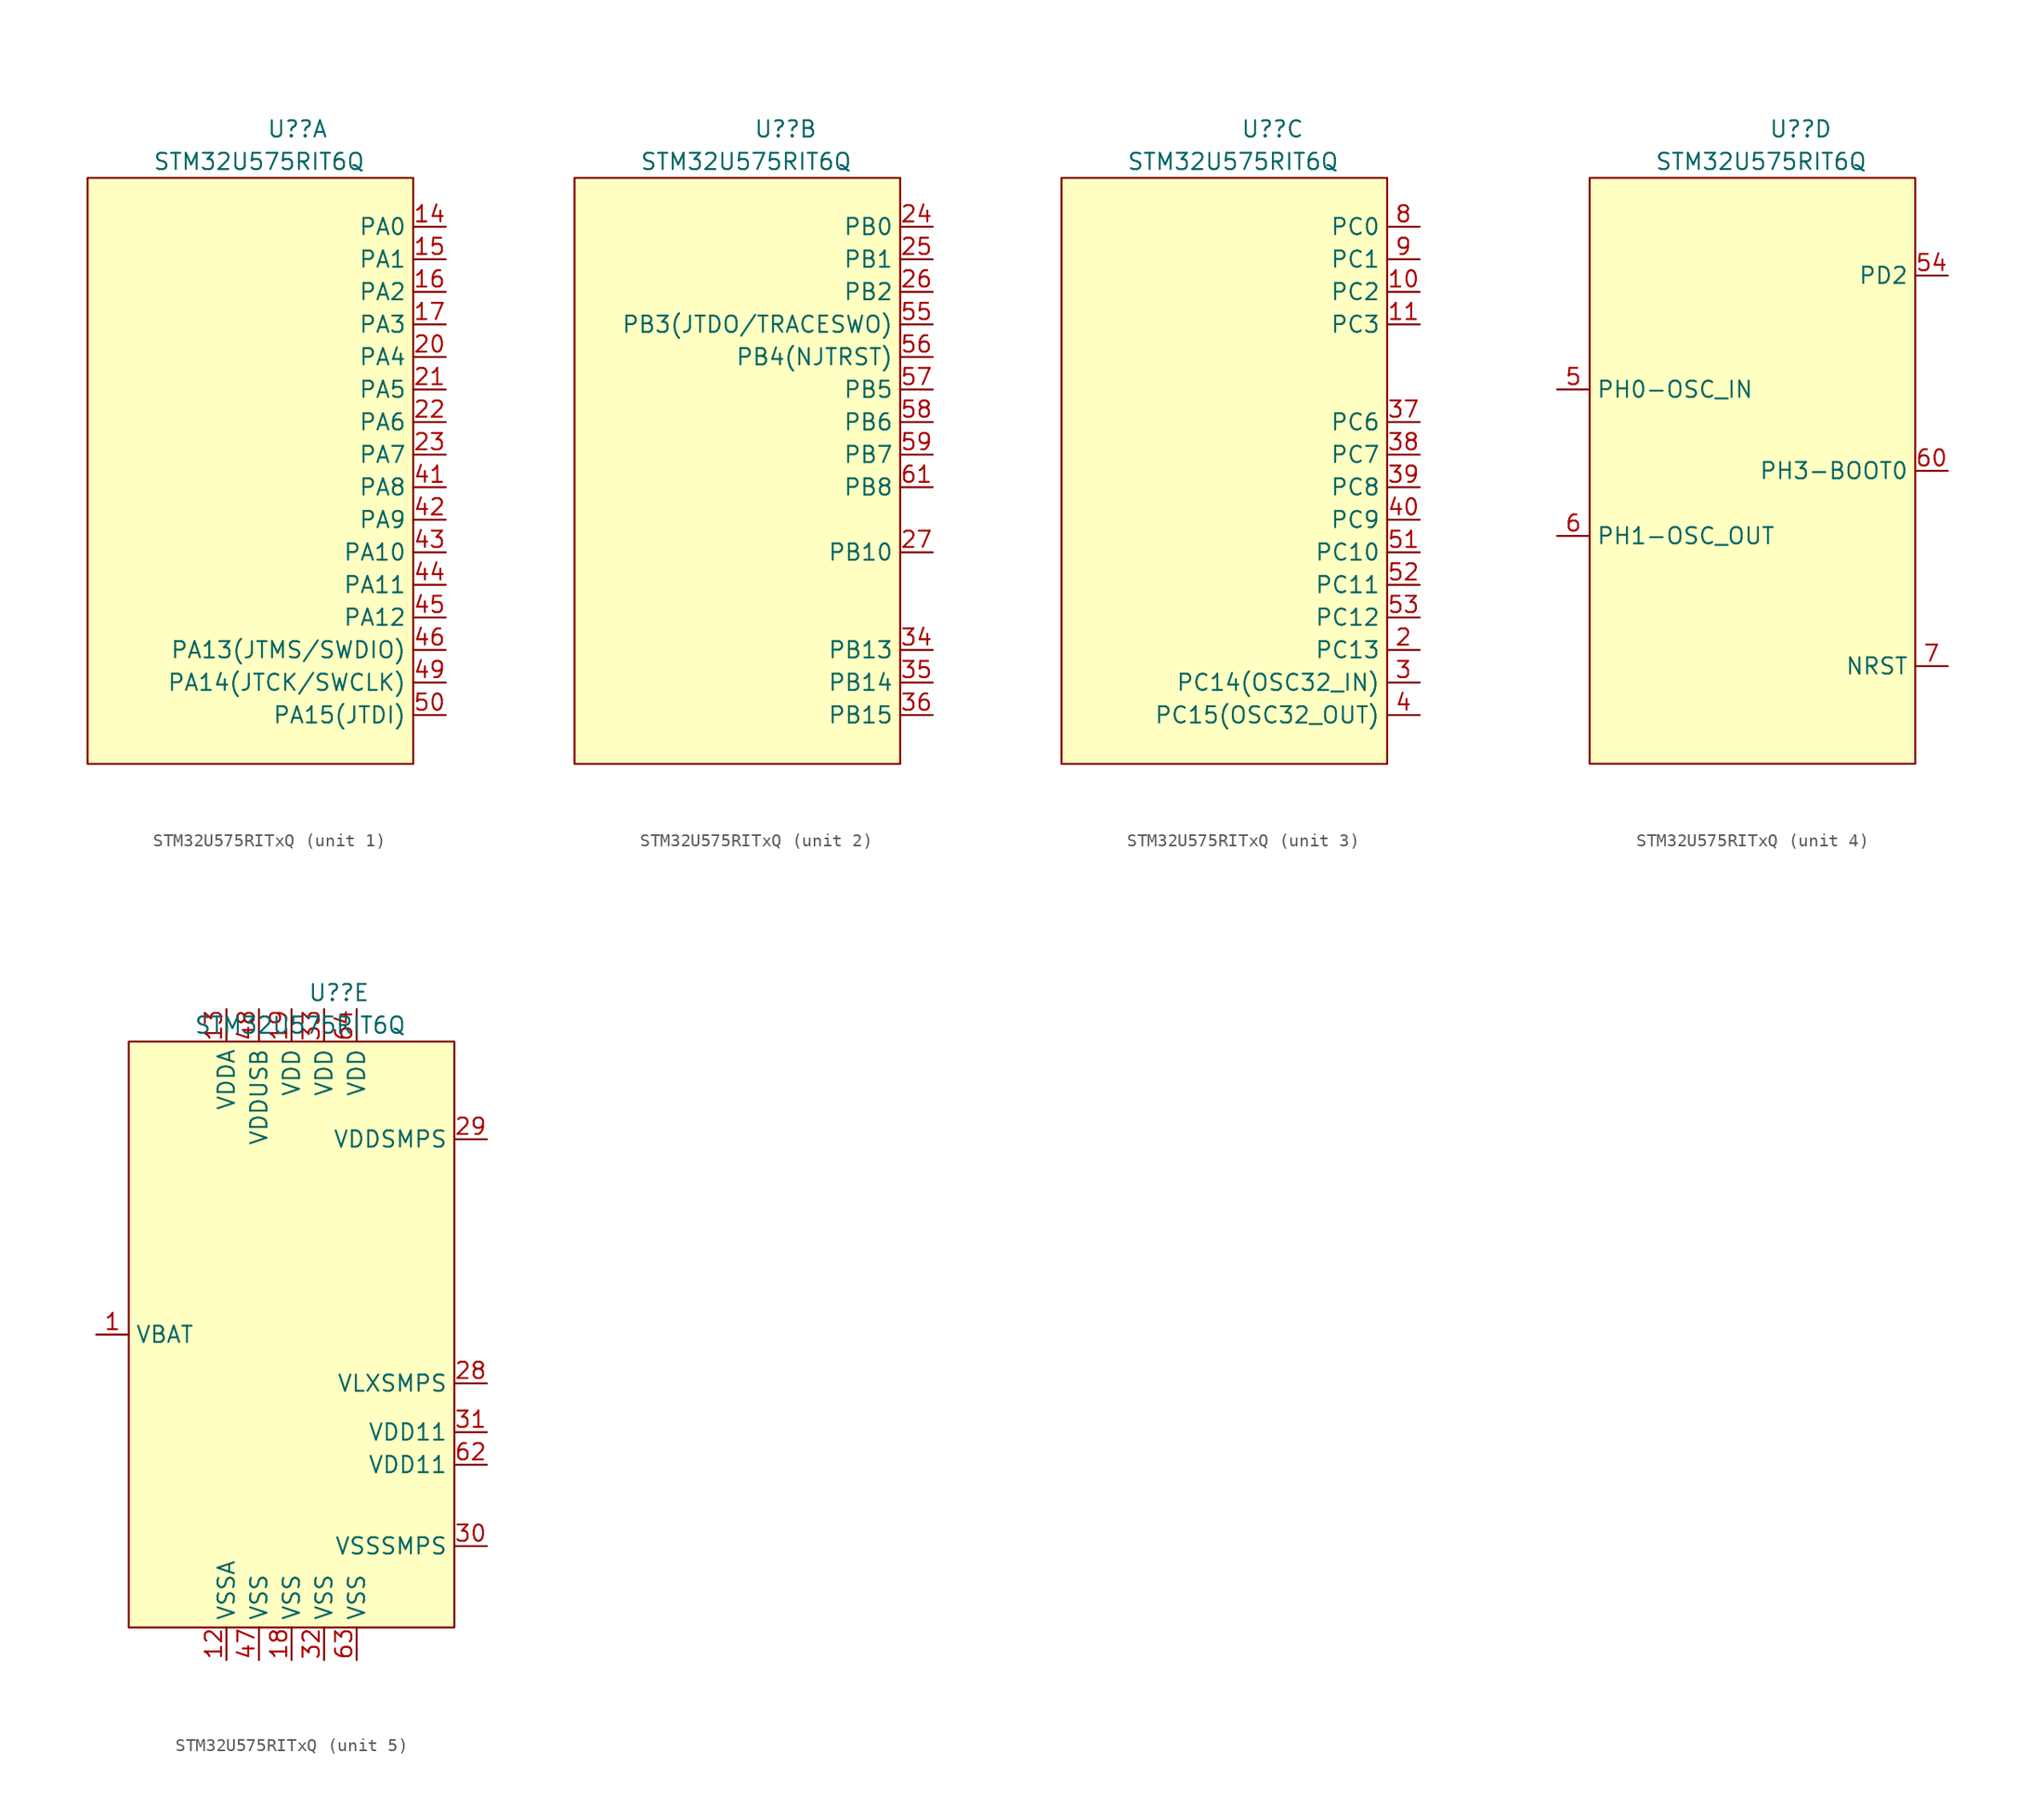
<source format=kicad_sym>
(kicad_symbol_lib
  (version 20220914)
  (generator kicad_symbol_editor)
  (symbol "STM32U575RITxQ"
    (property "Reference" "U?"
      (at 1.27 26.67 0)
      (effects (font (size 1.27 1.27)) (justify left)))
    (property "Value" "STM32U575RIT6Q"
      (at -7.62 24.13 0)
      (effects (font (size 1.27 1.27)) (justify left)))
    (property "ki_locked" ""
      (at 0 0 0)
      (effects (font (size 1.27 1.27))))
    (symbol "STM32U575RITxQ_0_1"
      (rectangle (start -12.7 22.86) (end 12.7 -22.86) (stroke (width 0) (type default)) (fill (type background))))
    (symbol "STM32U575RITxQ_1_1"
      (pin bidirectional line (at 15.24 19.05 180) (length 2.54) (name "PA0" (effects (font (size 1.27 1.27)))) (number "14" (effects (font (size 1.27 1.27)))) (alternate "ADC1_IN5" bidirectional line) (alternate "AUDIOCLK" bidirectional line) (alternate "OCTOSPIM_P2_NCS" bidirectional line) (alternate "OPAMP1_VINP" bidirectional line) (alternate "PWR_WKUP1" bidirectional line) (alternate "SPI3_RDY" bidirectional line) (alternate "TAMP_IN2" bidirectional line) (alternate "TAMP_OUT1" bidirectional line) (alternate "TIM2_CH1" bidirectional line) (alternate "TIM2_ETR" bidirectional line) (alternate "TIM5_CH1" bidirectional line) (alternate "TIM8_ETR" bidirectional line) (alternate "UART4_TX" bidirectional line) (alternate "USART2_CTS" bidirectional line))
      (pin bidirectional line (at 15.24 16.51 180) (length 2.54) (name "PA1" (effects (font (size 1.27 1.27)))) (number "15" (effects (font (size 1.27 1.27)))) (alternate "ADC1_IN6" bidirectional line) (alternate "I2C1_SMBA" bidirectional line) (alternate "LPTIM1_CH2" bidirectional line) (alternate "OCTOSPIM_P1_DQS" bidirectional line) (alternate "OPAMP1_VINM" bidirectional line) (alternate "PWR_WKUP3" bidirectional line) (alternate "SPI1_SCK" bidirectional line) (alternate "TAMP_IN5" bidirectional line) (alternate "TAMP_OUT4" bidirectional line) (alternate "TIM15_CH1N" bidirectional line) (alternate "TIM2_CH2" bidirectional line) (alternate "TIM5_CH2" bidirectional line) (alternate "UART4_RX" bidirectional line) (alternate "USART2_DE" bidirectional line) (alternate "USART2_RTS" bidirectional line))
      (pin bidirectional line (at 15.24 13.97 180) (length 2.54) (name "PA2" (effects (font (size 1.27 1.27)))) (number "16" (effects (font (size 1.27 1.27)))) (alternate "ADC1_IN7" bidirectional line) (alternate "COMP1_INP" bidirectional line) (alternate "LPUART1_TX" bidirectional line) (alternate "OCTOSPIM_P1_NCS" bidirectional line) (alternate "PWR_WKUP4" bidirectional line) (alternate "RCC_LSCO" bidirectional line) (alternate "SPI1_RDY" bidirectional line) (alternate "TIM15_CH1" bidirectional line) (alternate "TIM2_CH3" bidirectional line) (alternate "TIM5_CH3" bidirectional line) (alternate "UCPD1_FRSTX1" bidirectional line) (alternate "USART2_TX" bidirectional line))
      (pin bidirectional line (at 15.24 11.43 180) (length 2.54) (name "PA3" (effects (font (size 1.27 1.27)))) (number "17" (effects (font (size 1.27 1.27)))) (alternate "ADC1_IN8" bidirectional line) (alternate "LPUART1_RX" bidirectional line) (alternate "OCTOSPIM_P1_CLK" bidirectional line) (alternate "OPAMP1_VOUT" bidirectional line) (alternate "PWR_WKUP5" bidirectional line) (alternate "SAI1_CK1" bidirectional line) (alternate "SAI1_MCLK_A" bidirectional line) (alternate "TIM15_CH2" bidirectional line) (alternate "TIM2_CH4" bidirectional line) (alternate "TIM5_CH4" bidirectional line) (alternate "USART2_RX" bidirectional line))
      (pin bidirectional line (at 15.24 8.89 180) (length 2.54) (name "PA4" (effects (font (size 1.27 1.27)))) (number "20" (effects (font (size 1.27 1.27)))) (alternate "ADC1_IN9" bidirectional line) (alternate "ADC4_IN9" bidirectional line) (alternate "DAC1_OUT1" bidirectional line) (alternate "LPTIM2_CH1" bidirectional line) (alternate "OCTOSPIM_P1_NCS" bidirectional line) (alternate "PWR_WKUP2" bidirectional line) (alternate "SAI1_FS_B" bidirectional line) (alternate "SPI1_NSS" bidirectional line) (alternate "SPI3_NSS" bidirectional line) (alternate "USART2_CK" bidirectional line))
      (pin bidirectional line (at 15.24 6.35 180) (length 2.54) (name "PA5" (effects (font (size 1.27 1.27)))) (number "21" (effects (font (size 1.27 1.27)))) (alternate "ADC1_IN10" bidirectional line) (alternate "ADC4_IN10" bidirectional line) (alternate "DAC1_OUT2" bidirectional line) (alternate "LPTIM2_ETR" bidirectional line) (alternate "PWR_CSLEEP" bidirectional line) (alternate "PWR_WKUP6" bidirectional line) (alternate "SPI1_SCK" bidirectional line) (alternate "TIM2_CH1" bidirectional line) (alternate "TIM2_ETR" bidirectional line) (alternate "TIM8_CH1N" bidirectional line) (alternate "USART3_RX" bidirectional line))
      (pin bidirectional line (at 15.24 3.81 180) (length 2.54) (name "PA6" (effects (font (size 1.27 1.27)))) (number "22" (effects (font (size 1.27 1.27)))) (alternate "ADC1_IN11" bidirectional line) (alternate "ADC4_IN11" bidirectional line) (alternate "LPUART1_CTS" bidirectional line) (alternate "OCTOSPIM_P1_IO3" bidirectional line) (alternate "OPAMP2_VINP" bidirectional line) (alternate "PWR_CDSTOP" bidirectional line) (alternate "PWR_WKUP7" bidirectional line) (alternate "SPI1_MISO" bidirectional line) (alternate "TIM16_CH1" bidirectional line) (alternate "TIM1_BKIN" bidirectional line) (alternate "TIM3_CH1" bidirectional line) (alternate "TIM8_BKIN" bidirectional line) (alternate "USART3_CTS" bidirectional line))
      (pin bidirectional line (at 15.24 1.27 180) (length 2.54) (name "PA7" (effects (font (size 1.27 1.27)))) (number "23" (effects (font (size 1.27 1.27)))) (alternate "ADC1_IN12" bidirectional line) (alternate "ADC4_IN20" bidirectional line) (alternate "I2C3_SCL" bidirectional line) (alternate "LPTIM2_CH2" bidirectional line) (alternate "OCTOSPIM_P1_IO2" bidirectional line) (alternate "OPAMP2_VINM" bidirectional line) (alternate "PWR_SRDSTOP" bidirectional line) (alternate "PWR_WKUP8" bidirectional line) (alternate "SPI1_MOSI" bidirectional line) (alternate "TIM17_CH1" bidirectional line) (alternate "TIM1_CH1N" bidirectional line) (alternate "TIM3_CH2" bidirectional line) (alternate "TIM8_CH1N" bidirectional line) (alternate "USART3_TX" bidirectional line))
      (pin bidirectional line (at 15.24 -1.27 180) (length 2.54) (name "PA8" (effects (font (size 1.27 1.27)))) (number "41" (effects (font (size 1.27 1.27)))) (alternate "DEBUG_TRACECLK" bidirectional line) (alternate "LPTIM2_CH1" bidirectional line) (alternate "RCC_MCO" bidirectional line) (alternate "SAI1_CK2" bidirectional line) (alternate "SAI1_SCK_A" bidirectional line) (alternate "SPI1_RDY" bidirectional line) (alternate "TIM1_CH1" bidirectional line) (alternate "USART1_CK" bidirectional line) (alternate "USB_OTG_FS_SOF" bidirectional line))
      (pin bidirectional line (at 15.24 -3.81 180) (length 2.54) (name "PA9" (effects (font (size 1.27 1.27)))) (number "42" (effects (font (size 1.27 1.27)))) (alternate "DAC1_EXTI9" bidirectional line) (alternate "SAI1_FS_A" bidirectional line) (alternate "SPI2_SCK" bidirectional line) (alternate "TIM15_BKIN" bidirectional line) (alternate "TIM1_CH2" bidirectional line) (alternate "USART1_TX" bidirectional line) (alternate "USB_OTG_FS_VBUS" bidirectional line))
      (pin bidirectional line (at 15.24 -6.35 180) (length 2.54) (name "PA10" (effects (font (size 1.27 1.27)))) (number "43" (effects (font (size 1.27 1.27)))) (alternate "CRS_SYNC" bidirectional line) (alternate "LPTIM2_IN2" bidirectional line) (alternate "SAI1_D1" bidirectional line) (alternate "SAI1_SD_A" bidirectional line) (alternate "TIM17_BKIN" bidirectional line) (alternate "TIM1_CH3" bidirectional line) (alternate "USART1_RX" bidirectional line) (alternate "USB_OTG_FS_ID" bidirectional line))
      (pin bidirectional line (at 15.24 -8.89 180) (length 2.54) (name "PA11" (effects (font (size 1.27 1.27)))) (number "44" (effects (font (size 1.27 1.27)))) (alternate "ADC1_EXTI11" bidirectional line) (alternate "FDCAN1_RX" bidirectional line) (alternate "SPI1_MISO" bidirectional line) (alternate "TIM1_BKIN2" bidirectional line) (alternate "TIM1_CH4" bidirectional line) (alternate "USART1_CTS" bidirectional line) (alternate "USB_OTG_FS_DM" bidirectional line))
      (pin bidirectional line (at 15.24 -11.43 180) (length 2.54) (name "PA12" (effects (font (size 1.27 1.27)))) (number "45" (effects (font (size 1.27 1.27)))) (alternate "FDCAN1_TX" bidirectional line) (alternate "OCTOSPIM_P2_NCS" bidirectional line) (alternate "SPI1_MOSI" bidirectional line) (alternate "TIM1_ETR" bidirectional line) (alternate "USART1_DE" bidirectional line) (alternate "USART1_RTS" bidirectional line) (alternate "USB_OTG_FS_DP" bidirectional line))
      (pin bidirectional line (at 15.24 -13.97 180) (length 2.54) (name "PA13(JTMS/SWDIO)" (effects (font (size 1.27 1.27)))) (number "46" (effects (font (size 1.27 1.27)))) (alternate "DEBUG_JTMS-SWDIO" bidirectional line) (alternate "IR_OUT" bidirectional line) (alternate "SAI1_SD_B" bidirectional line) (alternate "USB_OTG_FS_NOE" bidirectional line))
      (pin bidirectional line (at 15.24 -16.51 180) (length 2.54) (name "PA14(JTCK/SWCLK)" (effects (font (size 1.27 1.27)))) (number "49" (effects (font (size 1.27 1.27)))) (alternate "DEBUG_JTCK-SWCLK" bidirectional line) (alternate "I2C1_SMBA" bidirectional line) (alternate "I2C4_SMBA" bidirectional line) (alternate "LPTIM1_CH1" bidirectional line) (alternate "SAI1_FS_B" bidirectional line) (alternate "USB_OTG_FS_SOF" bidirectional line))
      (pin bidirectional line (at 15.24 -19.05 180) (length 2.54) (name "PA15(JTDI)" (effects (font (size 1.27 1.27)))) (number "50" (effects (font (size 1.27 1.27)))) (alternate "ADC1_EXTI15" bidirectional line) (alternate "ADC4_EXTI15" bidirectional line) (alternate "DEBUG_JTDI" bidirectional line) (alternate "SPI1_NSS" bidirectional line) (alternate "SPI3_NSS" bidirectional line) (alternate "TIM2_CH1" bidirectional line) (alternate "TIM2_ETR" bidirectional line) (alternate "UART4_DE" bidirectional line) (alternate "UART4_RTS" bidirectional line) (alternate "UCPD1_CC1" bidirectional line) (alternate "USART2_RX" bidirectional line) (alternate "USART3_DE" bidirectional line) (alternate "USART3_RTS" bidirectional line)))
    (symbol "STM32U575RITxQ_2_0"
      (pin bidirectional line (at 15.24 13.97 180) (length 2.54) (name "PB2" (effects (font (size 1.27 1.27)))) (number "26" (effects (font (size 1.27 1.27)))))
      (pin bidirectional line (at 15.24 -6.35 180) (length 2.54) (name "PB10" (effects (font (size 1.27 1.27)))) (number "27" (effects (font (size 1.27 1.27))))))
    (symbol "STM32U575RITxQ_2_1"
      (pin bidirectional line (at 15.24 19.05 180) (length 2.54) (name "PB0" (effects (font (size 1.27 1.27)))) (number "24" (effects (font (size 1.27 1.27)))) (alternate "ADC1_IN15" bidirectional line) (alternate "ADC4_IN18" bidirectional line) (alternate "AUDIOCLK" bidirectional line) (alternate "COMP1_OUT" bidirectional line) (alternate "LPTIM3_CH1" bidirectional line) (alternate "OCTOSPIM_P1_IO1" bidirectional line) (alternate "OPAMP2_VOUT" bidirectional line) (alternate "SPI1_NSS" bidirectional line) (alternate "TIM1_CH2N" bidirectional line) (alternate "TIM3_CH3" bidirectional line) (alternate "TIM8_CH2N" bidirectional line) (alternate "USART3_CK" bidirectional line))
      (pin bidirectional line (at 15.24 16.51 180) (length 2.54) (name "PB1" (effects (font (size 1.27 1.27)))) (number "25" (effects (font (size 1.27 1.27)))) (alternate "ADC1_IN16" bidirectional line) (alternate "ADC4_IN19" bidirectional line) (alternate "COMP1_INM" bidirectional line) (alternate "LPTIM2_IN1" bidirectional line) (alternate "LPTIM3_CH2" bidirectional line) (alternate "LPUART1_DE" bidirectional line) (alternate "LPUART1_RTS" bidirectional line) (alternate "MDF1_SDI0" bidirectional line) (alternate "OCTOSPIM_P1_IO0" bidirectional line) (alternate "PWR_WKUP4" bidirectional line) (alternate "TIM1_CH3N" bidirectional line) (alternate "TIM3_CH4" bidirectional line) (alternate "TIM8_CH3N" bidirectional line) (alternate "USART3_DE" bidirectional line) (alternate "USART3_RTS" bidirectional line))
      (pin bidirectional line (at 15.24 -13.97 180) (length 2.54) (name "PB13" (effects (font (size 1.27 1.27)))) (number "34" (effects (font (size 1.27 1.27)))) (alternate "I2C2_SCL" bidirectional line) (alternate "LPTIM3_IN1" bidirectional line) (alternate "LPUART1_CTS" bidirectional line) (alternate "MDF1_CKI1" bidirectional line) (alternate "SPI2_SCK" bidirectional line) (alternate "TIM15_CH1N" bidirectional line) (alternate "TIM1_CH1N" bidirectional line) (alternate "TSC_G1_IO2" bidirectional line) (alternate "USART3_CTS" bidirectional line))
      (pin bidirectional line (at 15.24 -16.51 180) (length 2.54) (name "PB14" (effects (font (size 1.27 1.27)))) (number "35" (effects (font (size 1.27 1.27)))) (alternate "I2C2_SDA" bidirectional line) (alternate "LPTIM3_ETR" bidirectional line) (alternate "MDF1_SDI2" bidirectional line) (alternate "SPI2_MISO" bidirectional line) (alternate "TIM15_CH1" bidirectional line) (alternate "TIM1_CH2N" bidirectional line) (alternate "TIM8_CH2N" bidirectional line) (alternate "TSC_G1_IO3" bidirectional line) (alternate "UCPD1_DBCC2" bidirectional line) (alternate "USART3_DE" bidirectional line) (alternate "USART3_RTS" bidirectional line))
      (pin bidirectional line (at 15.24 -19.05 180) (length 2.54) (name "PB15" (effects (font (size 1.27 1.27)))) (number "36" (effects (font (size 1.27 1.27)))) (alternate "ADC1_EXTI15" bidirectional line) (alternate "ADC4_EXTI15" bidirectional line) (alternate "LPTIM2_IN2" bidirectional line) (alternate "MDF1_CKI2" bidirectional line) (alternate "PWR_WKUP7" bidirectional line) (alternate "RTC_REFIN" bidirectional line) (alternate "SPI2_MOSI" bidirectional line) (alternate "TIM15_CH2" bidirectional line) (alternate "TIM1_CH3N" bidirectional line) (alternate "TIM8_CH3N" bidirectional line) (alternate "UCPD1_CC2" bidirectional line))
      (pin bidirectional line (at 15.24 11.43 180) (length 2.54) (name "PB3(JTDO/TRACESWO)" (effects (font (size 1.27 1.27)))) (number "55" (effects (font (size 1.27 1.27)))) (alternate "ADF1_CCK0" bidirectional line) (alternate "COMP2_INM" bidirectional line) (alternate "CRS_SYNC" bidirectional line) (alternate "DEBUG_JTDO-SWO" bidirectional line) (alternate "I2C1_SDA" bidirectional line) (alternate "LPTIM1_CH1" bidirectional line) (alternate "SAI1_SCK_B" bidirectional line) (alternate "SPI1_SCK" bidirectional line) (alternate "SPI3_SCK" bidirectional line) (alternate "TIM2_CH2" bidirectional line) (alternate "USART1_DE" bidirectional line) (alternate "USART1_RTS" bidirectional line))
      (pin bidirectional line (at 15.24 8.89 180) (length 2.54) (name "PB4(NJTRST)" (effects (font (size 1.27 1.27)))) (number "56" (effects (font (size 1.27 1.27)))) (alternate "ADF1_SDI0" bidirectional line) (alternate "COMP2_INP" bidirectional line) (alternate "DEBUG_JTRST" bidirectional line) (alternate "I2C3_SDA" bidirectional line) (alternate "LPTIM1_CH2" bidirectional line) (alternate "SAI1_MCLK_B" bidirectional line) (alternate "SPI1_MISO" bidirectional line) (alternate "SPI3_MISO" bidirectional line) (alternate "TIM17_BKIN" bidirectional line) (alternate "TIM3_CH1" bidirectional line) (alternate "TSC_G2_IO1" bidirectional line) (alternate "USART1_CTS" bidirectional line))
      (pin bidirectional line (at 15.24 6.35 180) (length 2.54) (name "PB5" (effects (font (size 1.27 1.27)))) (number "57" (effects (font (size 1.27 1.27)))) (alternate "COMP2_OUT" bidirectional line) (alternate "I2C1_SMBA" bidirectional line) (alternate "LPTIM1_IN1" bidirectional line) (alternate "OCTOSPIM_P1_NCLK" bidirectional line) (alternate "PWR_WKUP6" bidirectional line) (alternate "SAI1_SD_B" bidirectional line) (alternate "SPI1_MOSI" bidirectional line) (alternate "SPI3_MOSI" bidirectional line) (alternate "TIM16_BKIN" bidirectional line) (alternate "TIM3_CH2" bidirectional line) (alternate "TSC_G2_IO2" bidirectional line) (alternate "UCPD1_DBCC1" bidirectional line) (alternate "USART1_CK" bidirectional line))
      (pin bidirectional line (at 15.24 3.81 180) (length 2.54) (name "PB6" (effects (font (size 1.27 1.27)))) (number "58" (effects (font (size 1.27 1.27)))) (alternate "COMP2_INP" bidirectional line) (alternate "I2C1_SCL" bidirectional line) (alternate "I2C4_SCL" bidirectional line) (alternate "LPTIM1_ETR" bidirectional line) (alternate "MDF1_SDI5" bidirectional line) (alternate "PWR_WKUP3" bidirectional line) (alternate "SAI1_FS_B" bidirectional line) (alternate "TIM16_CH1N" bidirectional line) (alternate "TIM4_CH1" bidirectional line) (alternate "TIM8_BKIN2" bidirectional line) (alternate "TSC_G2_IO3" bidirectional line) (alternate "USART1_TX" bidirectional line))
      (pin bidirectional line (at 15.24 1.27 180) (length 2.54) (name "PB7" (effects (font (size 1.27 1.27)))) (number "59" (effects (font (size 1.27 1.27)))) (alternate "COMP2_INM" bidirectional line) (alternate "I2C1_SDA" bidirectional line) (alternate "I2C4_SDA" bidirectional line) (alternate "LPTIM1_IN2" bidirectional line) (alternate "MDF1_CKI5" bidirectional line) (alternate "PWR_PVD_IN" bidirectional line) (alternate "PWR_WKUP4" bidirectional line) (alternate "TIM17_CH1N" bidirectional line) (alternate "TIM4_CH2" bidirectional line) (alternate "TIM8_BKIN" bidirectional line) (alternate "TSC_G2_IO4" bidirectional line) (alternate "UART4_CTS" bidirectional line) (alternate "USART1_RX" bidirectional line))
      (pin bidirectional line (at 15.24 -1.27 180) (length 2.54) (name "PB8" (effects (font (size 1.27 1.27)))) (number "61" (effects (font (size 1.27 1.27)))) (alternate "FDCAN1_RX" bidirectional line) (alternate "I2C1_SCL" bidirectional line) (alternate "MDF1_CCK0" bidirectional line) (alternate "PWR_WKUP5" bidirectional line) (alternate "SAI1_CK1" bidirectional line) (alternate "SAI1_MCLK_A" bidirectional line) (alternate "SPI3_RDY" bidirectional line) (alternate "TIM16_CH1" bidirectional line) (alternate "TIM4_CH3" bidirectional line)))
    (symbol "STM32U575RITxQ_3_0"
      (pin bidirectional line (at 15.24 13.97 180) (length 2.54) (name "PC2" (effects (font (size 1.27 1.27)))) (number "10" (effects (font (size 1.27 1.27)))))
      (pin bidirectional line (at 15.24 11.43 180) (length 2.54) (name "PC3" (effects (font (size 1.27 1.27)))) (number "11" (effects (font (size 1.27 1.27)))))
      (pin bidirectional line (at 15.24 3.81 180) (length 2.54) (name "PC6" (effects (font (size 1.27 1.27)))) (number "37" (effects (font (size 1.27 1.27)))))
      (pin bidirectional line (at 15.24 1.27 180) (length 2.54) (name "PC7" (effects (font (size 1.27 1.27)))) (number "38" (effects (font (size 1.27 1.27)))))
      (pin bidirectional line (at 15.24 -1.27 180) (length 2.54) (name "PC8" (effects (font (size 1.27 1.27)))) (number "39" (effects (font (size 1.27 1.27)))))
      (pin bidirectional line (at 15.24 -3.81 180) (length 2.54) (name "PC9" (effects (font (size 1.27 1.27)))) (number "40" (effects (font (size 1.27 1.27)))))
      (pin bidirectional line (at 15.24 -6.35 180) (length 2.54) (name "PC10" (effects (font (size 1.27 1.27)))) (number "51" (effects (font (size 1.27 1.27)))))
      (pin bidirectional line (at 15.24 -8.89 180) (length 2.54) (name "PC11" (effects (font (size 1.27 1.27)))) (number "52" (effects (font (size 1.27 1.27)))))
      (pin bidirectional line (at 15.24 -11.43 180) (length 2.54) (name "PC12" (effects (font (size 1.27 1.27)))) (number "53" (effects (font (size 1.27 1.27)))))
      (pin bidirectional line (at 15.24 19.05 180) (length 2.54) (name "PC0" (effects (font (size 1.27 1.27)))) (number "8" (effects (font (size 1.27 1.27)))))
      (pin bidirectional line (at 15.24 16.51 180) (length 2.54) (name "PC1" (effects (font (size 1.27 1.27)))) (number "9" (effects (font (size 1.27 1.27))))))
    (symbol "STM32U575RITxQ_3_1"
      (pin bidirectional line (at 15.24 -13.97 180) (length 2.54) (name "PC13" (effects (font (size 1.27 1.27)))) (number "2" (effects (font (size 1.27 1.27)))) (alternate "PWR_WKUP2" bidirectional line) (alternate "RTC_OUT1" bidirectional line) (alternate "RTC_TS" bidirectional line) (alternate "TAMP_IN1" bidirectional line) (alternate "TAMP_OUT2" bidirectional line))
      (pin bidirectional line (at 15.24 -16.51 180) (length 2.54) (name "PC14(OSC32_IN)" (effects (font (size 1.27 1.27)))) (number "3" (effects (font (size 1.27 1.27)))) (alternate "RCC_OSC32_IN" bidirectional line))
      (pin bidirectional line (at 15.24 -19.05 180) (length 2.54) (name "PC15(OSC32_OUT)" (effects (font (size 1.27 1.27)))) (number "4" (effects (font (size 1.27 1.27)))) (alternate "ADC1_EXTI15" bidirectional line) (alternate "ADC4_EXTI15" bidirectional line) (alternate "RCC_OSC32_OUT" bidirectional line)))
    (symbol "STM32U575RITxQ_4_0"
      (pin bidirectional line (at 15.24 15.24 180) (length 2.54) (name "PD2" (effects (font (size 1.27 1.27)))) (number "54" (effects (font (size 1.27 1.27))))))
    (symbol "STM32U575RITxQ_4_1"
      (pin bidirectional line (at -15.24 6.35 0) (length 2.54) (name "PH0-OSC_IN" (effects (font (size 1.27 1.27)))) (number "5" (effects (font (size 1.27 1.27)))) (alternate "RCC_OSC_IN" bidirectional line))
      (pin bidirectional line (at -15.24 -5.08 0) (length 2.54) (name "PH1-OSC_OUT" (effects (font (size 1.27 1.27)))) (number "6" (effects (font (size 1.27 1.27)))) (alternate "RCC_OSC_OUT" bidirectional line))
      (pin bidirectional line (at 15.24 0 180) (length 2.54) (name "PH3-BOOT0" (effects (font (size 1.27 1.27)))) (number "60" (effects (font (size 1.27 1.27)))))
      (pin input line (at 15.24 -15.24 180) (length 2.54) (name "NRST" (effects (font (size 1.27 1.27)))) (number "7" (effects (font (size 1.27 1.27))))))
    (symbol "STM32U575RITxQ_5_0"
      (pin power_in line (at -2.54 25.4 270) (length 2.54) (name "VDDUSB" (effects (font (size 1.27 1.27)))) (number "48" (effects (font (size 1.27 1.27)))))
      (pin power_in line (at 5.08 -25.4 90) (length 2.54) (name "VSS" (effects (font (size 1.27 1.27)))) (number "63" (effects (font (size 1.27 1.27))))))
    (symbol "STM32U575RITxQ_5_1"
      (pin power_in line (at -15.24 0 0) (length 2.54) (name "VBAT" (effects (font (size 1.27 1.27)))) (number "1" (effects (font (size 1.27 1.27)))))
      (pin power_in line (at -5.08 -25.4 90) (length 2.54) (name "VSSA" (effects (font (size 1.27 1.27)))) (number "12" (effects (font (size 1.27 1.27)))))
      (pin power_in line (at -5.08 25.4 270) (length 2.54) (name "VDDA" (effects (font (size 1.27 1.27)))) (number "13" (effects (font (size 1.27 1.27)))))
      (pin power_in line (at 0 -25.4 90) (length 2.54) (name "VSS" (effects (font (size 1.27 1.27)))) (number "18" (effects (font (size 1.27 1.27)))))
      (pin power_in line (at 0 25.4 270) (length 2.54) (name "VDD" (effects (font (size 1.27 1.27)))) (number "19" (effects (font (size 1.27 1.27)))) (alternate "I2C2_SMBA" bidirectional line) (alternate "LPUART1_DE" bidirectional line) (alternate "LPUART1_RTS" bidirectional line) (alternate "MDF1_SDI1" bidirectional line) (alternate "OCTOSPIM_P1_NCLK" bidirectional line) (alternate "SPI2_NSS" bidirectional line) (alternate "TIM15_BKIN" bidirectional line) (alternate "TIM1_BKIN" bidirectional line) (alternate "TSC_G1_IO1" bidirectional line) (alternate "USART3_CK" bidirectional line))
      (pin bidirectional line (at 15.24 -3.81 180) (length 2.54) (name "VLXSMPS" (effects (font (size 1.27 1.27)))) (number "28" (effects (font (size 1.27 1.27)))) (alternate "ADC1_IN17" bidirectional line) (alternate "COMP1_INP" bidirectional line) (alternate "I2C3_SMBA" bidirectional line) (alternate "LPTIM1_CH1" bidirectional line) (alternate "MDF1_CKI0" bidirectional line) (alternate "OCTOSPIM_P1_DQS" bidirectional line) (alternate "PWR_WKUP1" bidirectional line) (alternate "RTC_OUT2" bidirectional line) (alternate "SPI1_RDY" bidirectional line) (alternate "TIM8_CH4N" bidirectional line) (alternate "UCPD1_FRSTX1" bidirectional line))
      (pin power_in line (at 15.24 15.24 180) (length 2.54) (name "VDDSMPS" (effects (font (size 1.27 1.27)))) (number "29" (effects (font (size 1.27 1.27)))) (alternate "COMP1_OUT" bidirectional line) (alternate "I2C2_SCL" bidirectional line) (alternate "I2C4_SCL" bidirectional line) (alternate "LPTIM3_CH1" bidirectional line) (alternate "LPUART1_RX" bidirectional line) (alternate "OCTOSPIM_P1_CLK" bidirectional line) (alternate "PWR_WKUP8" bidirectional line) (alternate "SAI1_SCK_A" bidirectional line) (alternate "SPI2_SCK" bidirectional line) (alternate "TIM2_CH3" bidirectional line) (alternate "TSC_SYNC" bidirectional line) (alternate "USART3_TX" bidirectional line))
      (pin power_in line (at 15.24 -16.51 180) (length 2.54) (name "VSSSMPS" (effects (font (size 1.27 1.27)))) (number "30" (effects (font (size 1.27 1.27)))))
      (pin input line (at 15.24 -7.62 180) (length 2.54) (name "VDD11" (effects (font (size 1.27 1.27)))) (number "31" (effects (font (size 1.27 1.27)))))
      (pin power_in line (at 2.54 -25.4 90) (length 2.54) (name "VSS" (effects (font (size 1.27 1.27)))) (number "32" (effects (font (size 1.27 1.27)))))
      (pin power_in line (at 2.54 25.4 270) (length 2.54) (name "VDD" (effects (font (size 1.27 1.27)))) (number "33" (effects (font (size 1.27 1.27)))))
      (pin power_in line (at -2.54 -25.4 90) (length 2.54) (name "VSS" (effects (font (size 1.27 1.27)))) (number "47" (effects (font (size 1.27 1.27)))))
      (pin input line (at 15.24 -10.16 180) (length 2.54) (name "VDD11" (effects (font (size 1.27 1.27)))) (number "62" (effects (font (size 1.27 1.27)))) (alternate "DAC1_EXTI9" bidirectional line) (alternate "FDCAN1_TX" bidirectional line) (alternate "I2C1_SDA" bidirectional line) (alternate "IR_OUT" bidirectional line) (alternate "SAI1_D2" bidirectional line) (alternate "SAI1_FS_A" bidirectional line) (alternate "SPI2_NSS" bidirectional line) (alternate "TIM17_CH1" bidirectional line) (alternate "TIM4_CH4" bidirectional line))
      (pin power_in line (at 5.08 25.4 270) (length 2.54) (name "VDD" (effects (font (size 1.27 1.27)))) (number "64" (effects (font (size 1.27 1.27))))))))
</source>
